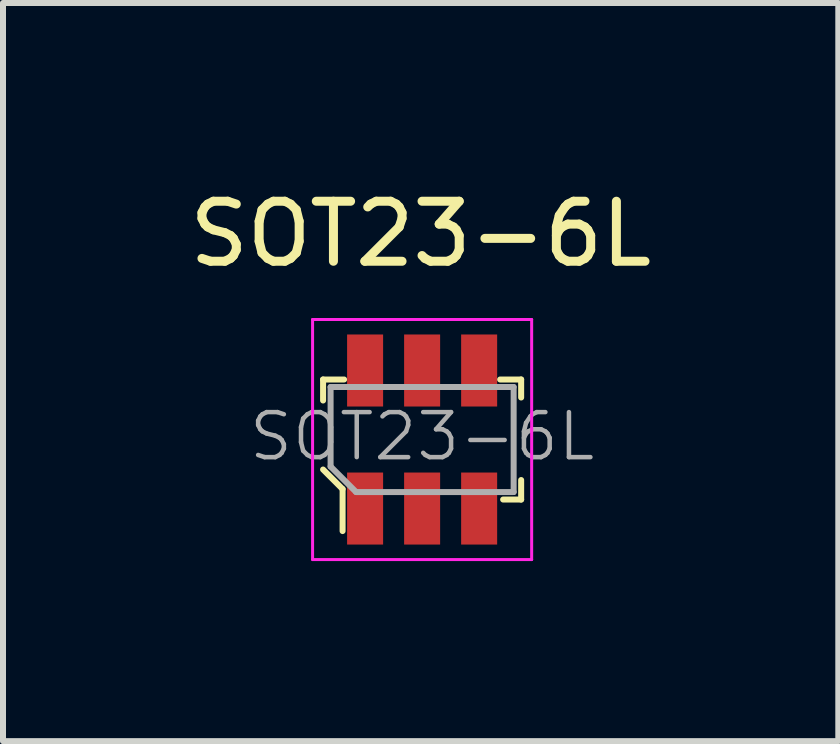
<source format=kicad_pcb>
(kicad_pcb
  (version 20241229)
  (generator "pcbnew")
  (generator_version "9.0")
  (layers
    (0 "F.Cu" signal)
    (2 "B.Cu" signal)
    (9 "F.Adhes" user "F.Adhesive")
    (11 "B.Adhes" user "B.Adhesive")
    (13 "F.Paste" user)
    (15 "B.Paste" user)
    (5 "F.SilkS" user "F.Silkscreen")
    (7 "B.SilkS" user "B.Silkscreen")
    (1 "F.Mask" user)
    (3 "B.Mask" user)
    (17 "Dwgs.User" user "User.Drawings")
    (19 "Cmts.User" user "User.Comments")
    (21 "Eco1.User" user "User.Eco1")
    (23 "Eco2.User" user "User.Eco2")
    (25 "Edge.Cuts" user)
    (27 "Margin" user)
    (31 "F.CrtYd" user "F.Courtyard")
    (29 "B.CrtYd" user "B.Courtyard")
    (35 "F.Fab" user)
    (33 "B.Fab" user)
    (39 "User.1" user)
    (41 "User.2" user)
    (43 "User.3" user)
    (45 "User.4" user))
  (footprint "SOT23-6L"
    (layer "F.Cu")
    (at 3.983 4.273)
    (property "Reference" "SOT23-6L" (at -0.025 -3.425 0) (layer "F.SilkS") (effects (font (size 1 1) (thickness 0.15))))
    (attr smd)
    (fp_line (start -1.65 -1) (end -1.65 -0.65) (stroke (width 0.1) (type solid)) (layer "F.SilkS"))
    (fp_line (start -1.65 0.5) (end -1.325 0.825) (stroke (width 0.1) (type solid)) (layer "F.SilkS"))
    (fp_line (start -1.325 0.825) (end -1.325 1.525) (stroke (width 0.1) (type solid)) (layer "F.SilkS"))
    (fp_line (start -1.3 -1) (end -1.65 -1) (stroke (width 0.1) (type solid)) (layer "F.SilkS"))
    (fp_line (start 1.3 -1) (end 1.65 -1) (stroke (width 0.1) (type solid)) (layer "F.SilkS"))
    (fp_line (start 1.65 -1) (end 1.65 -0.7) (stroke (width 0.1) (type solid)) (layer "F.SilkS"))
    (fp_line (start 1.65 0.675) (end 1.65 1) (stroke (width 0.1) (type solid)) (layer "F.SilkS"))
    (fp_line (start 1.65 1) (end 1.35 1) (stroke (width 0.1) (type solid)) (layer "F.SilkS"))
    (fp_line (start -1.825 -2) (end -1.825 2) (stroke (width 0.05) (type solid)) (layer "F.CrtYd"))
    (fp_line (start -1.825 2) (end 1.825 2) (stroke (width 0.05) (type solid)) (layer "F.CrtYd"))
    (fp_line (start 1.825 -2) (end -1.825 -2) (stroke (width 0.05) (type solid)) (layer "F.CrtYd"))
    (fp_line (start 1.825 -2) (end 1.825 2) (stroke (width 0.05) (type solid)) (layer "F.CrtYd"))
    (fp_line (start -1.525 -0.875) (end 1.525 -0.875) (stroke (width 0.1) (type solid)) (layer "F.Fab"))
    (fp_line (start -1.525 0.45) (end -1.525 -0.875) (stroke (width 0.1) (type solid)) (layer "F.Fab"))
    (fp_line (start -1.525 0.45) (end -1.1 0.875) (stroke (width 0.1) (type solid)) (layer "F.Fab"))
    (fp_line (start -1.1 0.875) (end 1.525 0.875) (stroke (width 0.1) (type solid)) (layer "F.Fab"))
    (fp_line (start 1.525 -0.875) (end 1.525 0.875) (stroke (width 0.1) (type solid)) (layer "F.Fab"))
    (fp_text user "${REFERENCE}" (at 0 -0.05 0) (layer "F.Fab") (effects (font (size 0.75 0.75) (thickness 0.075))))
    (pad "1" smd rect (at -0.95 1.15) (size 0.6 1.2) (layers "F.Cu" "F.Mask" "F.Paste"))
    (pad "2" smd rect (at 0 1.15) (size 0.6 1.2) (layers "F.Cu" "F.Mask" "F.Paste"))
    (pad "3" smd rect (at 0.95 1.15) (size 0.6 1.2) (layers "F.Cu" "F.Mask" "F.Paste"))
    (pad "4" smd rect (at 0.95 -1.15) (size 0.6 1.2) (layers "F.Cu" "F.Mask" "F.Paste"))
    (pad "5" smd rect (at 0 -1.15) (size 0.6 1.2) (layers "F.Cu" "F.Mask" "F.Paste"))
    (pad "6" smd rect (at -0.95 -1.15) (size 0.6 1.2) (layers "F.Cu" "F.Mask" "F.Paste")))
  (gr_rect
    (start -3 -3)
    (end 10.917 9.298)
    (stroke (width 0.1) (type default))
    (fill no)
    (layer "Edge.Cuts")))
</source>
